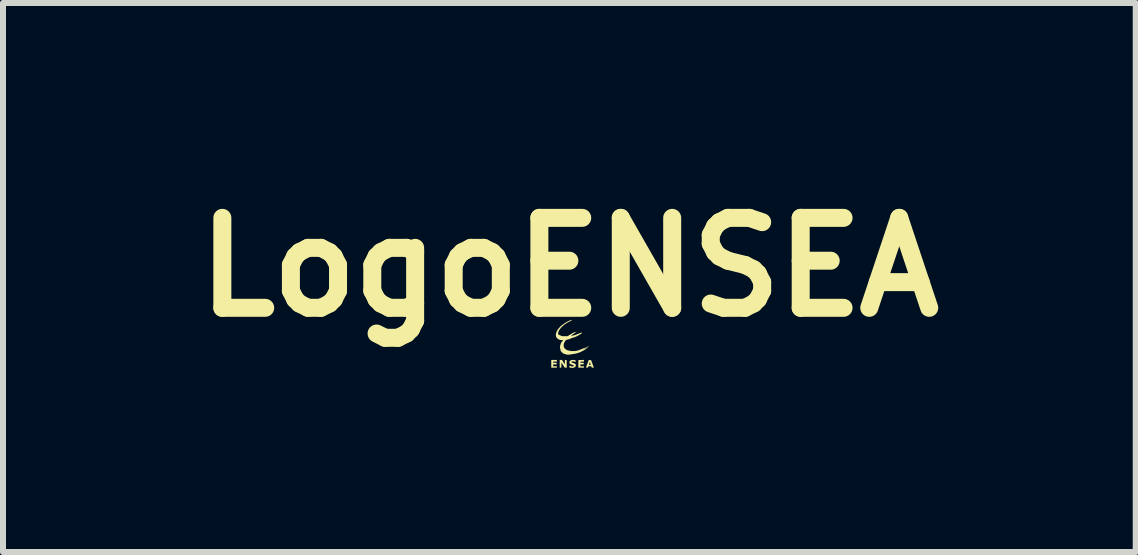
<source format=kicad_pcb>
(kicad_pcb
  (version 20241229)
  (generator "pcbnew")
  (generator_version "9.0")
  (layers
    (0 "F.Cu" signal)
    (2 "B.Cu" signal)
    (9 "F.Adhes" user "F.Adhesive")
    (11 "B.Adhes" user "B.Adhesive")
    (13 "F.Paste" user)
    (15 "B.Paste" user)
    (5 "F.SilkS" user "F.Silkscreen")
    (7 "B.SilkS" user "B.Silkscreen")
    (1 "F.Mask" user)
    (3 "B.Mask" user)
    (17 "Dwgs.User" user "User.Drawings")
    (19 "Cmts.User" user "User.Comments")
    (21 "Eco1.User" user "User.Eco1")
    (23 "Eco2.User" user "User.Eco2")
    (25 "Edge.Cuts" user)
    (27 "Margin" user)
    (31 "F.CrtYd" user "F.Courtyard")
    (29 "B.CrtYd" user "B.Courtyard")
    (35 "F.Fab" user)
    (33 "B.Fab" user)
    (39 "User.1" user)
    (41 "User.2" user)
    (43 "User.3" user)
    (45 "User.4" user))
  (footprint "LogoENSEA"
    (layer "F.Cu")
    (at 6.533 2.904)
    (property "Reference" "LogoENSEA" (at -0.09 -1.5 0) (layer "F.SilkS") (effects (font (size 1.5 1.5) (thickness 0.3))))
    (attr board_only exclude_from_pos_files exclude_from_bom)
    (fp_poly (pts (xy 0.243 -0.175) (xy 0.241 -0.173) (xy 0.239 -0.175) (xy 0.241 -0.176)) (stroke (width 0) (type solid)) (fill yes) (layer "F.SilkS"))
    (fp_poly (pts (xy -0.15 0.048) (xy -0.135 0.049) (xy -0.134 0.113) (xy -0.133 0.176) (xy -0.151 0.176) (xy -0.168 0.176) (xy -0.195 0.133) (xy -0.222 0.089) (xy -0.223 0.133) (xy -0.224 0.176) (xy -0.237 0.176) (xy -0.251 0.176) (xy -0.251 0.112) (xy -0.251 0.047) (xy -0.232 0.047) (xy -0.213 0.047) (xy -0.19 0.084) (xy -0.167 0.121) (xy -0.166 0.084) (xy -0.164 0.047)) (stroke (width 0) (type solid)) (fill yes) (layer "F.SilkS"))
    (fp_poly (pts (xy -0.298 0.061) (xy -0.298 0.075) (xy -0.329 0.075) (xy -0.345 0.075) (xy -0.354 0.075) (xy -0.359 0.077) (xy -0.361 0.08) (xy -0.361 0.084) (xy -0.36 0.089) (xy -0.358 0.092) (xy -0.353 0.094) (xy -0.342 0.094) (xy -0.331 0.094) (xy -0.302 0.094) (xy -0.302 0.108) (xy -0.302 0.122) (xy -0.331 0.122) (xy -0.36 0.122) (xy -0.36 0.137) (xy -0.36 0.153) (xy -0.329 0.153) (xy -0.298 0.153) (xy -0.298 0.165) (xy -0.298 0.176) (xy -0.345 0.176) (xy -0.392 0.176) (xy -0.392 0.112) (xy -0.392 0.047) (xy -0.345 0.047) (xy -0.298 0.047)) (stroke (width 0) (type solid)) (fill yes) (layer "F.SilkS"))
    (fp_poly (pts (xy 0.153 0.061) (xy 0.153 0.075) (xy 0.124 0.075) (xy 0.109 0.075) (xy 0.1 0.075) (xy 0.096 0.077) (xy 0.094 0.081) (xy 0.094 0.084) (xy 0.095 0.089) (xy 0.097 0.092) (xy 0.103 0.094) (xy 0.114 0.094) (xy 0.122 0.094) (xy 0.149 0.094) (xy 0.149 0.108) (xy 0.149 0.122) (xy 0.122 0.122) (xy 0.094 0.122) (xy 0.094 0.137) (xy 0.094 0.153) (xy 0.124 0.153) (xy 0.153 0.153) (xy 0.153 0.165) (xy 0.153 0.176) (xy 0.106 0.176) (xy 0.059 0.176) (xy 0.06 0.113) (xy 0.061 0.049) (xy 0.107 0.048) (xy 0.153 0.047)) (stroke (width 0) (type solid)) (fill yes) (layer "F.SilkS"))
    (fp_poly (pts (xy 0.295 0.112) (xy 0.302 0.132) (xy 0.309 0.15) (xy 0.314 0.164) (xy 0.317 0.173) (xy 0.318 0.175) (xy 0.314 0.176) (xy 0.305 0.176) (xy 0.3 0.176) (xy 0.289 0.176) (xy 0.284 0.174) (xy 0.281 0.168) (xy 0.28 0.165) (xy 0.279 0.158) (xy 0.276 0.155) (xy 0.269 0.153) (xy 0.258 0.153) (xy 0.252 0.153) (xy 0.239 0.153) (xy 0.231 0.154) (xy 0.226 0.157) (xy 0.224 0.163) (xy 0.223 0.165) (xy 0.219 0.172) (xy 0.213 0.176) (xy 0.204 0.176) (xy 0.193 0.175) (xy 0.188 0.172) (xy 0.188 0.172) (xy 0.19 0.166) (xy 0.194 0.155) (xy 0.199 0.14) (xy 0.206 0.123) (xy 0.237 0.123) (xy 0.238 0.127) (xy 0.242 0.129) (xy 0.25 0.129) (xy 0.251 0.129) (xy 0.261 0.129) (xy 0.265 0.127) (xy 0.265 0.123) (xy 0.264 0.121) (xy 0.261 0.111) (xy 0.257 0.099) (xy 0.257 0.098) (xy 0.252 0.084) (xy 0.246 0.098) (xy 0.24 0.113) (xy 0.237 0.123) (xy 0.206 0.123) (xy 0.206 0.121) (xy 0.211 0.108) (xy 0.233 0.049) (xy 0.252 0.049) (xy 0.271 0.049)) (stroke (width 0) (type solid)) (fill yes) (layer "F.SilkS"))
    (fp_poly (pts (xy -0.01 0.048) (xy 0.003 0.05) (xy 0.01 0.054) (xy 0.014 0.06) (xy 0.015 0.068) (xy 0.015 0.078) (xy 0.012 0.082) (xy 0.005 0.08) (xy -0.002 0.076) (xy -0.016 0.072) (xy -0.032 0.071) (xy -0.046 0.072) (xy -0.049 0.073) (xy -0.054 0.078) (xy -0.055 0.082) (xy -0.054 0.086) (xy -0.052 0.089) (xy -0.046 0.092) (xy -0.036 0.095) (xy -0.019 0.1) (xy -0.013 0.102) (xy 0.003 0.109) (xy 0.014 0.12) (xy 0.019 0.134) (xy 0.017 0.148) (xy 0.011 0.159) (xy -0.003 0.171) (xy -0.023 0.178) (xy -0.046 0.18) (xy -0.071 0.177) (xy -0.075 0.176) (xy -0.085 0.172) (xy -0.089 0.168) (xy -0.09 0.159) (xy -0.09 0.156) (xy -0.09 0.147) (xy -0.089 0.142) (xy -0.089 0.141) (xy -0.085 0.143) (xy -0.076 0.146) (xy -0.069 0.149) (xy -0.052 0.155) (xy -0.037 0.156) (xy -0.025 0.153) (xy -0.018 0.148) (xy -0.016 0.141) (xy -0.021 0.135) (xy -0.032 0.131) (xy -0.04 0.129) (xy -0.062 0.122) (xy -0.078 0.113) (xy -0.086 0.104) (xy -0.09 0.087) (xy -0.087 0.072) (xy -0.078 0.061) (xy -0.063 0.052) (xy -0.042 0.048) (xy -0.029 0.047)) (stroke (width 0) (type solid)) (fill yes) (layer "F.SilkS"))
    (fp_poly (pts (xy -0.051 -0.615) (xy -0.051 -0.614) (xy -0.054 -0.608) (xy -0.058 -0.606) (xy -0.064 -0.603) (xy -0.076 -0.598) (xy -0.09 -0.591) (xy -0.098 -0.588) (xy -0.134 -0.568) (xy -0.168 -0.545) (xy -0.199 -0.52) (xy -0.226 -0.493) (xy -0.248 -0.466) (xy -0.265 -0.439) (xy -0.27 -0.426) (xy -0.276 -0.407) (xy -0.278 -0.393) (xy -0.276 -0.383) (xy -0.269 -0.375) (xy -0.266 -0.373) (xy -0.254 -0.367) (xy -0.242 -0.363) (xy -0.242 -0.362) (xy -0.231 -0.359) (xy -0.224 -0.354) (xy -0.22 -0.352) (xy -0.212 -0.35) (xy -0.2 -0.349) (xy -0.181 -0.349) (xy -0.174 -0.35) (xy -0.157 -0.35) (xy -0.144 -0.35) (xy -0.136 -0.349) (xy -0.135 -0.348) (xy -0.135 -0.346) (xy -0.129 -0.347) (xy -0.129 -0.347) (xy -0.121 -0.35) (xy -0.108 -0.356) (xy -0.096 -0.364) (xy -0.082 -0.373) (xy -0.066 -0.382) (xy -0.049 -0.392) (xy -0.032 -0.401) (xy -0.017 -0.408) (xy -0.005 -0.414) (xy 0.004 -0.418) (xy 0.008 -0.419) (xy 0.008 -0.418) (xy 0.005 -0.414) (xy 0.007 -0.413) (xy 0.014 -0.417) (xy 0.018 -0.419) (xy 0.033 -0.428) (xy 0.018 -0.414) (xy 0.007 -0.405) (xy -0.008 -0.395) (xy -0.024 -0.384) (xy -0.03 -0.38) (xy -0.044 -0.372) (xy -0.055 -0.365) (xy -0.062 -0.36) (xy -0.063 -0.36) (xy -0.059 -0.359) (xy -0.05 -0.358) (xy -0.046 -0.358) (xy -0.03 -0.359) (xy -0.009 -0.364) (xy 0.014 -0.371) (xy 0.038 -0.38) (xy 0.049 -0.385) (xy 0.073 -0.395) (xy 0.092 -0.402) (xy 0.108 -0.407) (xy 0.118 -0.407) (xy 0.122 -0.405) (xy 0.122 -0.404) (xy 0.121 -0.402) (xy 0.118 -0.398) (xy 0.111 -0.393) (xy 0.1 -0.386) (xy 0.084 -0.376) (xy 0.074 -0.37) (xy 0.057 -0.36) (xy 0.039 -0.35) (xy 0.02 -0.341) (xy 0.003 -0.334) (xy -0.011 -0.328) (xy -0.021 -0.325) (xy -0.026 -0.325) (xy -0.027 -0.325) (xy -0.03 -0.325) (xy -0.039 -0.322) (xy -0.051 -0.317) (xy -0.052 -0.316) (xy -0.069 -0.308) (xy -0.081 -0.303) (xy -0.091 -0.299) (xy -0.1 -0.297) (xy -0.112 -0.294) (xy -0.113 -0.294) (xy -0.131 -0.29) (xy -0.144 -0.285) (xy -0.154 -0.276) (xy -0.163 -0.263) (xy -0.169 -0.252) (xy -0.177 -0.236) (xy -0.182 -0.224) (xy -0.184 -0.212) (xy -0.184 -0.197) (xy -0.184 -0.196) (xy -0.184 -0.181) (xy -0.182 -0.17) (xy -0.177 -0.16) (xy -0.172 -0.15) (xy -0.155 -0.133) (xy -0.132 -0.119) (xy -0.102 -0.109) (xy -0.065 -0.103) (xy -0.022 -0.101) (xy -0.02 -0.101) (xy 0.002 -0.101) (xy 0.022 -0.104) (xy 0.043 -0.108) (xy 0.066 -0.115) (xy 0.089 -0.124) (xy 0.125 -0.124) (xy 0.127 -0.122) (xy 0.129 -0.124) (xy 0.127 -0.125) (xy 0.125 -0.124) (xy 0.089 -0.124) (xy 0.092 -0.125) (xy 0.099 -0.127) (xy 0.133 -0.127) (xy 0.135 -0.125) (xy 0.137 -0.127) (xy 0.135 -0.129) (xy 0.133 -0.127) (xy 0.099 -0.127) (xy 0.108 -0.131) (xy 0.141 -0.131) (xy 0.143 -0.129) (xy 0.145 -0.131) (xy 0.143 -0.133) (xy 0.141 -0.131) (xy 0.108 -0.131) (xy 0.123 -0.138) (xy 0.124 -0.138) (xy 0.139 -0.144) (xy 0.152 -0.149) (xy 0.161 -0.152) (xy 0.164 -0.153) (xy 0.169 -0.155) (xy 0.18 -0.159) (xy 0.194 -0.166) (xy 0.208 -0.173) (xy 0.224 -0.18) (xy 0.236 -0.186) (xy 0.244 -0.19) (xy 0.247 -0.191) (xy 0.244 -0.188) (xy 0.235 -0.183) (xy 0.221 -0.175) (xy 0.204 -0.165) (xy 0.185 -0.155) (xy 0.165 -0.143) (xy 0.155 -0.138) (xy 0.148 -0.134) (xy 0.148 -0.133) (xy 0.153 -0.134) (xy 0.155 -0.135) (xy 0.18 -0.135) (xy 0.182 -0.133) (xy 0.184 -0.135) (xy 0.182 -0.137) (xy 0.18 -0.135) (xy 0.155 -0.135) (xy 0.163 -0.138) (xy 0.176 -0.144) (xy 0.193 -0.152) (xy 0.194 -0.153) (xy 0.21 -0.16) (xy 0.223 -0.166) (xy 0.232 -0.17) (xy 0.235 -0.17) (xy 0.232 -0.168) (xy 0.224 -0.163) (xy 0.223 -0.162) (xy 0.213 -0.156) (xy 0.2 -0.147) (xy 0.191 -0.139) (xy 0.177 -0.129) (xy 0.158 -0.117) (xy 0.135 -0.104) (xy 0.11 -0.092) (xy 0.085 -0.08) (xy 0.061 -0.071) (xy 0.054 -0.069) (xy 0.036 -0.064) (xy 0.015 -0.058) (xy -0.007 -0.054) (xy -0.014 -0.053) (xy -0.034 -0.05) (xy -0.054 -0.047) (xy -0.071 -0.044) (xy -0.076 -0.043) (xy -0.094 -0.041) (xy -0.108 -0.04) (xy -0.122 -0.041) (xy -0.138 -0.044) (xy -0.145 -0.045) (xy -0.162 -0.05) (xy -0.179 -0.056) (xy -0.195 -0.063) (xy -0.207 -0.07) (xy -0.214 -0.076) (xy -0.215 -0.078) (xy -0.214 -0.082) (xy -0.21 -0.081) (xy -0.205 -0.08) (xy -0.207 -0.083) (xy -0.208 -0.084) (xy -0.213 -0.088) (xy -0.216 -0.086) (xy -0.22 -0.085) (xy -0.224 -0.089) (xy -0.229 -0.096) (xy -0.064 -0.096) (xy -0.06 -0.095) (xy -0.053 -0.095) (xy -0.044 -0.095) (xy -0.04 -0.096) (xy -0.042 -0.097) (xy -0.053 -0.098) (xy -0.062 -0.097) (xy -0.064 -0.096) (xy -0.229 -0.096) (xy -0.236 -0.108) (xy -0.244 -0.131) (xy -0.246 -0.147) (xy -0.238 -0.147) (xy -0.238 -0.143) (xy -0.236 -0.134) (xy -0.233 -0.127) (xy -0.229 -0.116) (xy -0.226 -0.111) (xy -0.225 -0.114) (xy -0.227 -0.123) (xy -0.23 -0.131) (xy -0.234 -0.141) (xy -0.237 -0.147) (xy -0.238 -0.147) (xy -0.246 -0.147) (xy -0.247 -0.157) (xy -0.245 -0.183) (xy -0.24 -0.204) (xy -0.235 -0.217) (xy -0.232 -0.227) (xy -0.231 -0.231) (xy -0.229 -0.237) (xy -0.223 -0.246) (xy -0.213 -0.257) (xy -0.212 -0.259) (xy -0.192 -0.281) (xy -0.221 -0.283) (xy -0.25 -0.288) (xy -0.275 -0.299) (xy -0.294 -0.314) (xy -0.308 -0.333) (xy -0.315 -0.355) (xy -0.315 -0.381) (xy -0.312 -0.399) (xy -0.3 -0.43) (xy -0.284 -0.459) (xy -0.262 -0.487) (xy -0.234 -0.515) (xy -0.218 -0.529) (xy -0.186 -0.553) (xy -0.153 -0.575) (xy -0.12 -0.594) (xy -0.09 -0.608) (xy -0.063 -0.617) (xy -0.062 -0.617) (xy -0.054 -0.618)) (stroke (width 0) (type solid)) (fill yes) (layer "F.SilkS")))
  (gr_rect
    (start -3 -3)
    (end 15.886 6.154)
    (stroke (width 0.1) (type default))
    (fill no)
    (layer "Edge.Cuts")))
</source>
